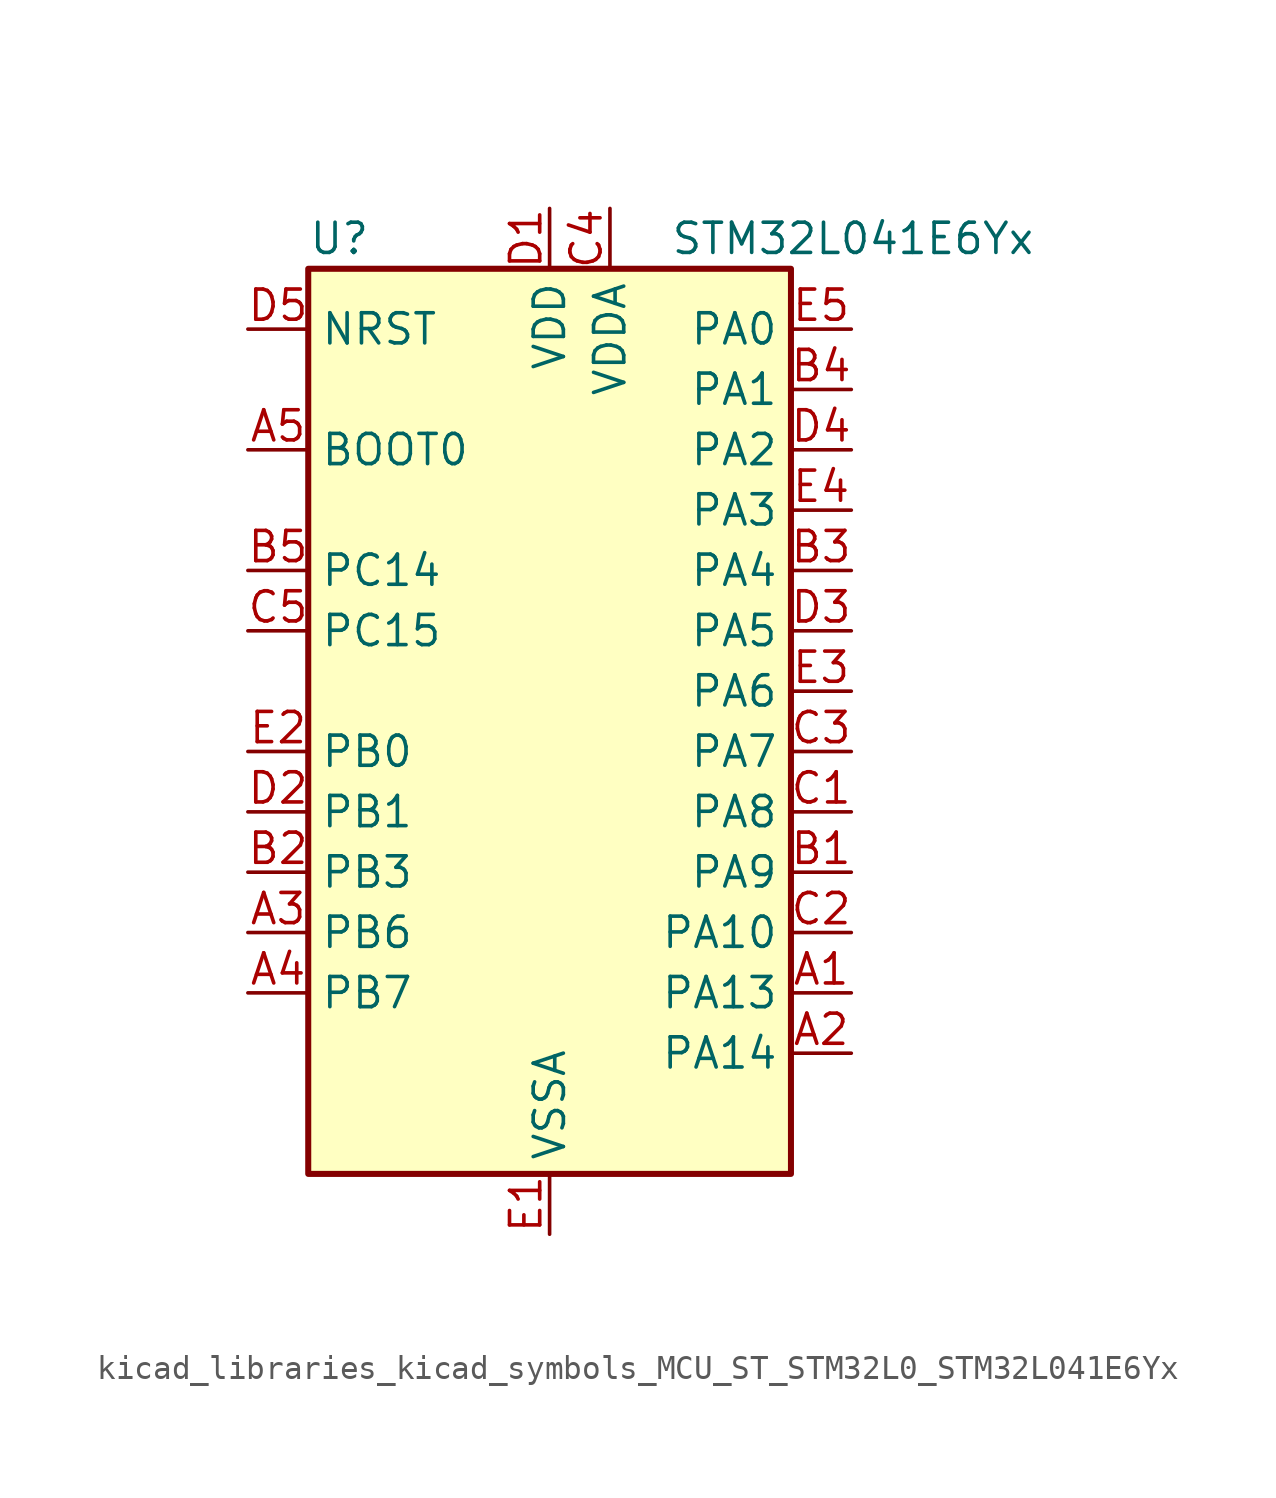
<source format=kicad_sym>
(kicad_symbol_lib
  (version 20220914)
  (generator kicad_symbol_editor)
  (symbol "kicad_libraries_kicad_symbols_MCU_ST_STM32L0_STM32L041E6Yx"
    (property "Reference" "U"
      (at -10.16 21.59 0)
      (effects (font (size 1.27 1.27)) (justify left)))
    (property "Value" "STM32L041E6Yx"
      (at 5.08 21.59 0)
      (effects (font (size 1.27 1.27)) (justify left)))
    (property "ki_locked" ""
      (at 0 0 0)
      (effects (font (size 1.27 1.27))))
    (symbol "kicad_libraries_kicad_symbols_MCU_ST_STM32L0_STM32L041E6Yx_0_1"
      (rectangle (start -10.16 -17.78) (end 10.16 20.32) (stroke (width 0.254) (type default)) (fill (type background))))
    (symbol "kicad_libraries_kicad_symbols_MCU_ST_STM32L0_STM32L041E6Yx_1_1"
      (pin bidirectional line (at 12.7 -10.16 180) (length 2.54) (name "PA13" (effects (font (size 1.27 1.27)))) (number "A1" (effects (font (size 1.27 1.27)))) (alternate "LPTIM1_ETR" bidirectional line) (alternate "LPUART1_RX" bidirectional line) (alternate "SYS_SWDIO" bidirectional line))
      (pin bidirectional line (at 12.7 -12.7 180) (length 2.54) (name "PA14" (effects (font (size 1.27 1.27)))) (number "A2" (effects (font (size 1.27 1.27)))) (alternate "I2C1_SMBA" bidirectional line) (alternate "LPTIM1_OUT" bidirectional line) (alternate "LPUART1_TX" bidirectional line) (alternate "SYS_SWCLK" bidirectional line) (alternate "USART2_TX" bidirectional line))
      (pin bidirectional line (at -12.7 -7.62 0) (length 2.54) (name "PB6" (effects (font (size 1.27 1.27)))) (number "A3" (effects (font (size 1.27 1.27)))) (alternate "COMP2_INP" bidirectional line) (alternate "I2C1_SCL" bidirectional line) (alternate "LPTIM1_ETR" bidirectional line) (alternate "TIM21_CH1" bidirectional line) (alternate "USART2_TX" bidirectional line))
      (pin bidirectional line (at -12.7 -10.16 0) (length 2.54) (name "PB7" (effects (font (size 1.27 1.27)))) (number "A4" (effects (font (size 1.27 1.27)))) (alternate "COMP2_INP" bidirectional line) (alternate "I2C1_SDA" bidirectional line) (alternate "LPTIM1_IN2" bidirectional line) (alternate "SYS_PVD_IN" bidirectional line) (alternate "USART2_RX" bidirectional line))
      (pin input line (at -12.7 12.7 0) (length 2.54) (name "BOOT0" (effects (font (size 1.27 1.27)))) (number "A5" (effects (font (size 1.27 1.27)))))
      (pin bidirectional line (at 12.7 -5.08 180) (length 2.54) (name "PA9" (effects (font (size 1.27 1.27)))) (number "B1" (effects (font (size 1.27 1.27)))) (alternate "I2C1_SCL" bidirectional line) (alternate "RCC_MCO" bidirectional line) (alternate "TIM22_CH1" bidirectional line) (alternate "USART2_TX" bidirectional line))
      (pin bidirectional line (at -12.7 -5.08 0) (length 2.54) (name "PB3" (effects (font (size 1.27 1.27)))) (number "B2" (effects (font (size 1.27 1.27)))) (alternate "COMP2_INM" bidirectional line) (alternate "SPI1_SCK" bidirectional line) (alternate "TIM2_CH2" bidirectional line))
      (pin bidirectional line (at 12.7 7.62 180) (length 2.54) (name "PA4" (effects (font (size 1.27 1.27)))) (number "B3" (effects (font (size 1.27 1.27)))) (alternate "ADC_IN4" bidirectional line) (alternate "COMP1_INM" bidirectional line) (alternate "COMP2_INM" bidirectional line) (alternate "LPTIM1_IN1" bidirectional line) (alternate "SPI1_NSS" bidirectional line) (alternate "TIM22_ETR" bidirectional line) (alternate "USART2_CK" bidirectional line))
      (pin bidirectional line (at 12.7 15.24 180) (length 2.54) (name "PA1" (effects (font (size 1.27 1.27)))) (number "B4" (effects (font (size 1.27 1.27)))) (alternate "ADC_IN1" bidirectional line) (alternate "COMP1_INP" bidirectional line) (alternate "I2C1_SMBA" bidirectional line) (alternate "LPTIM1_IN2" bidirectional line) (alternate "TIM21_ETR" bidirectional line) (alternate "TIM2_CH2" bidirectional line) (alternate "USART2_DE" bidirectional line) (alternate "USART2_RTS" bidirectional line))
      (pin bidirectional line (at -12.7 7.62 0) (length 2.54) (name "PC14" (effects (font (size 1.27 1.27)))) (number "B5" (effects (font (size 1.27 1.27)))) (alternate "RCC_OSC32_IN" bidirectional line))
      (pin bidirectional line (at 12.7 -2.54 180) (length 2.54) (name "PA8" (effects (font (size 1.27 1.27)))) (number "C1" (effects (font (size 1.27 1.27)))) (alternate "LPTIM1_IN1" bidirectional line) (alternate "RCC_MCO" bidirectional line) (alternate "TIM2_CH1" bidirectional line) (alternate "USART2_CK" bidirectional line))
      (pin bidirectional line (at 12.7 -7.62 180) (length 2.54) (name "PA10" (effects (font (size 1.27 1.27)))) (number "C2" (effects (font (size 1.27 1.27)))) (alternate "I2C1_SDA" bidirectional line) (alternate "TIM22_CH2" bidirectional line) (alternate "USART2_RX" bidirectional line))
      (pin bidirectional line (at 12.7 0 180) (length 2.54) (name "PA7" (effects (font (size 1.27 1.27)))) (number "C3" (effects (font (size 1.27 1.27)))) (alternate "ADC_IN7" bidirectional line) (alternate "COMP2_OUT" bidirectional line) (alternate "LPTIM1_OUT" bidirectional line) (alternate "SPI1_MOSI" bidirectional line) (alternate "TIM22_CH2" bidirectional line) (alternate "USART2_CTS" bidirectional line))
      (pin power_in line (at 2.54 22.86 270) (length 2.54) (name "VDDA" (effects (font (size 1.27 1.27)))) (number "C4" (effects (font (size 1.27 1.27)))))
      (pin bidirectional line (at -12.7 5.08 0) (length 2.54) (name "PC15" (effects (font (size 1.27 1.27)))) (number "C5" (effects (font (size 1.27 1.27)))) (alternate "RCC_OSC32_OUT" bidirectional line))
      (pin power_in line (at 0 22.86 270) (length 2.54) (name "VDD" (effects (font (size 1.27 1.27)))) (number "D1" (effects (font (size 1.27 1.27)))))
      (pin bidirectional line (at -12.7 -2.54 0) (length 2.54) (name "PB1" (effects (font (size 1.27 1.27)))) (number "D2" (effects (font (size 1.27 1.27)))) (alternate "ADC_IN9" bidirectional line) (alternate "LPUART1_DE" bidirectional line) (alternate "LPUART1_RTS" bidirectional line) (alternate "SPI1_MOSI" bidirectional line) (alternate "SYS_VREF_OUT_PB1" bidirectional line) (alternate "TIM2_CH4" bidirectional line) (alternate "USART2_CK" bidirectional line))
      (pin bidirectional line (at 12.7 5.08 180) (length 2.54) (name "PA5" (effects (font (size 1.27 1.27)))) (number "D3" (effects (font (size 1.27 1.27)))) (alternate "ADC_IN5" bidirectional line) (alternate "COMP1_INM" bidirectional line) (alternate "COMP2_INM" bidirectional line) (alternate "LPTIM1_IN2" bidirectional line) (alternate "SPI1_SCK" bidirectional line) (alternate "TIM2_CH1" bidirectional line) (alternate "TIM2_ETR" bidirectional line))
      (pin bidirectional line (at 12.7 12.7 180) (length 2.54) (name "PA2" (effects (font (size 1.27 1.27)))) (number "D4" (effects (font (size 1.27 1.27)))) (alternate "ADC_IN2" bidirectional line) (alternate "COMP2_INM" bidirectional line) (alternate "COMP2_OUT" bidirectional line) (alternate "LPUART1_TX" bidirectional line) (alternate "RTC_OUT_ALARM" bidirectional line) (alternate "RTC_OUT_CALIB" bidirectional line) (alternate "RTC_TAMP3" bidirectional line) (alternate "RTC_TS" bidirectional line) (alternate "SYS_WKUP3" bidirectional line) (alternate "TIM21_CH1" bidirectional line) (alternate "TIM2_CH3" bidirectional line) (alternate "USART2_TX" bidirectional line))
      (pin input line (at -12.7 17.78 0) (length 2.54) (name "NRST" (effects (font (size 1.27 1.27)))) (number "D5" (effects (font (size 1.27 1.27)))))
      (pin power_in line (at 0 -20.32 90) (length 2.54) (name "VSSA" (effects (font (size 1.27 1.27)))) (number "E1" (effects (font (size 1.27 1.27)))))
      (pin bidirectional line (at -12.7 0 0) (length 2.54) (name "PB0" (effects (font (size 1.27 1.27)))) (number "E2" (effects (font (size 1.27 1.27)))) (alternate "ADC_IN8" bidirectional line) (alternate "SPI1_MISO" bidirectional line) (alternate "SYS_VREF_OUT_PB0" bidirectional line) (alternate "TIM2_CH3" bidirectional line) (alternate "USART2_DE" bidirectional line) (alternate "USART2_RTS" bidirectional line))
      (pin bidirectional line (at 12.7 2.54 180) (length 2.54) (name "PA6" (effects (font (size 1.27 1.27)))) (number "E3" (effects (font (size 1.27 1.27)))) (alternate "ADC_IN6" bidirectional line) (alternate "COMP1_OUT" bidirectional line) (alternate "LPTIM1_ETR" bidirectional line) (alternate "LPUART1_CTS" bidirectional line) (alternate "SPI1_MISO" bidirectional line) (alternate "TIM22_CH1" bidirectional line))
      (pin bidirectional line (at 12.7 10.16 180) (length 2.54) (name "PA3" (effects (font (size 1.27 1.27)))) (number "E4" (effects (font (size 1.27 1.27)))) (alternate "ADC_IN3" bidirectional line) (alternate "COMP2_INP" bidirectional line) (alternate "LPUART1_RX" bidirectional line) (alternate "TIM21_CH2" bidirectional line) (alternate "TIM2_CH4" bidirectional line) (alternate "USART2_RX" bidirectional line))
      (pin bidirectional line (at 12.7 17.78 180) (length 2.54) (name "PA0" (effects (font (size 1.27 1.27)))) (number "E5" (effects (font (size 1.27 1.27)))) (alternate "ADC_IN0" bidirectional line) (alternate "COMP1_INM" bidirectional line) (alternate "COMP1_OUT" bidirectional line) (alternate "LPTIM1_IN1" bidirectional line) (alternate "RCC_CK_IN" bidirectional line) (alternate "RTC_TAMP2" bidirectional line) (alternate "SYS_WKUP1" bidirectional line) (alternate "TIM2_CH1" bidirectional line) (alternate "TIM2_ETR" bidirectional line) (alternate "USART2_CTS" bidirectional line)))))
</source>
